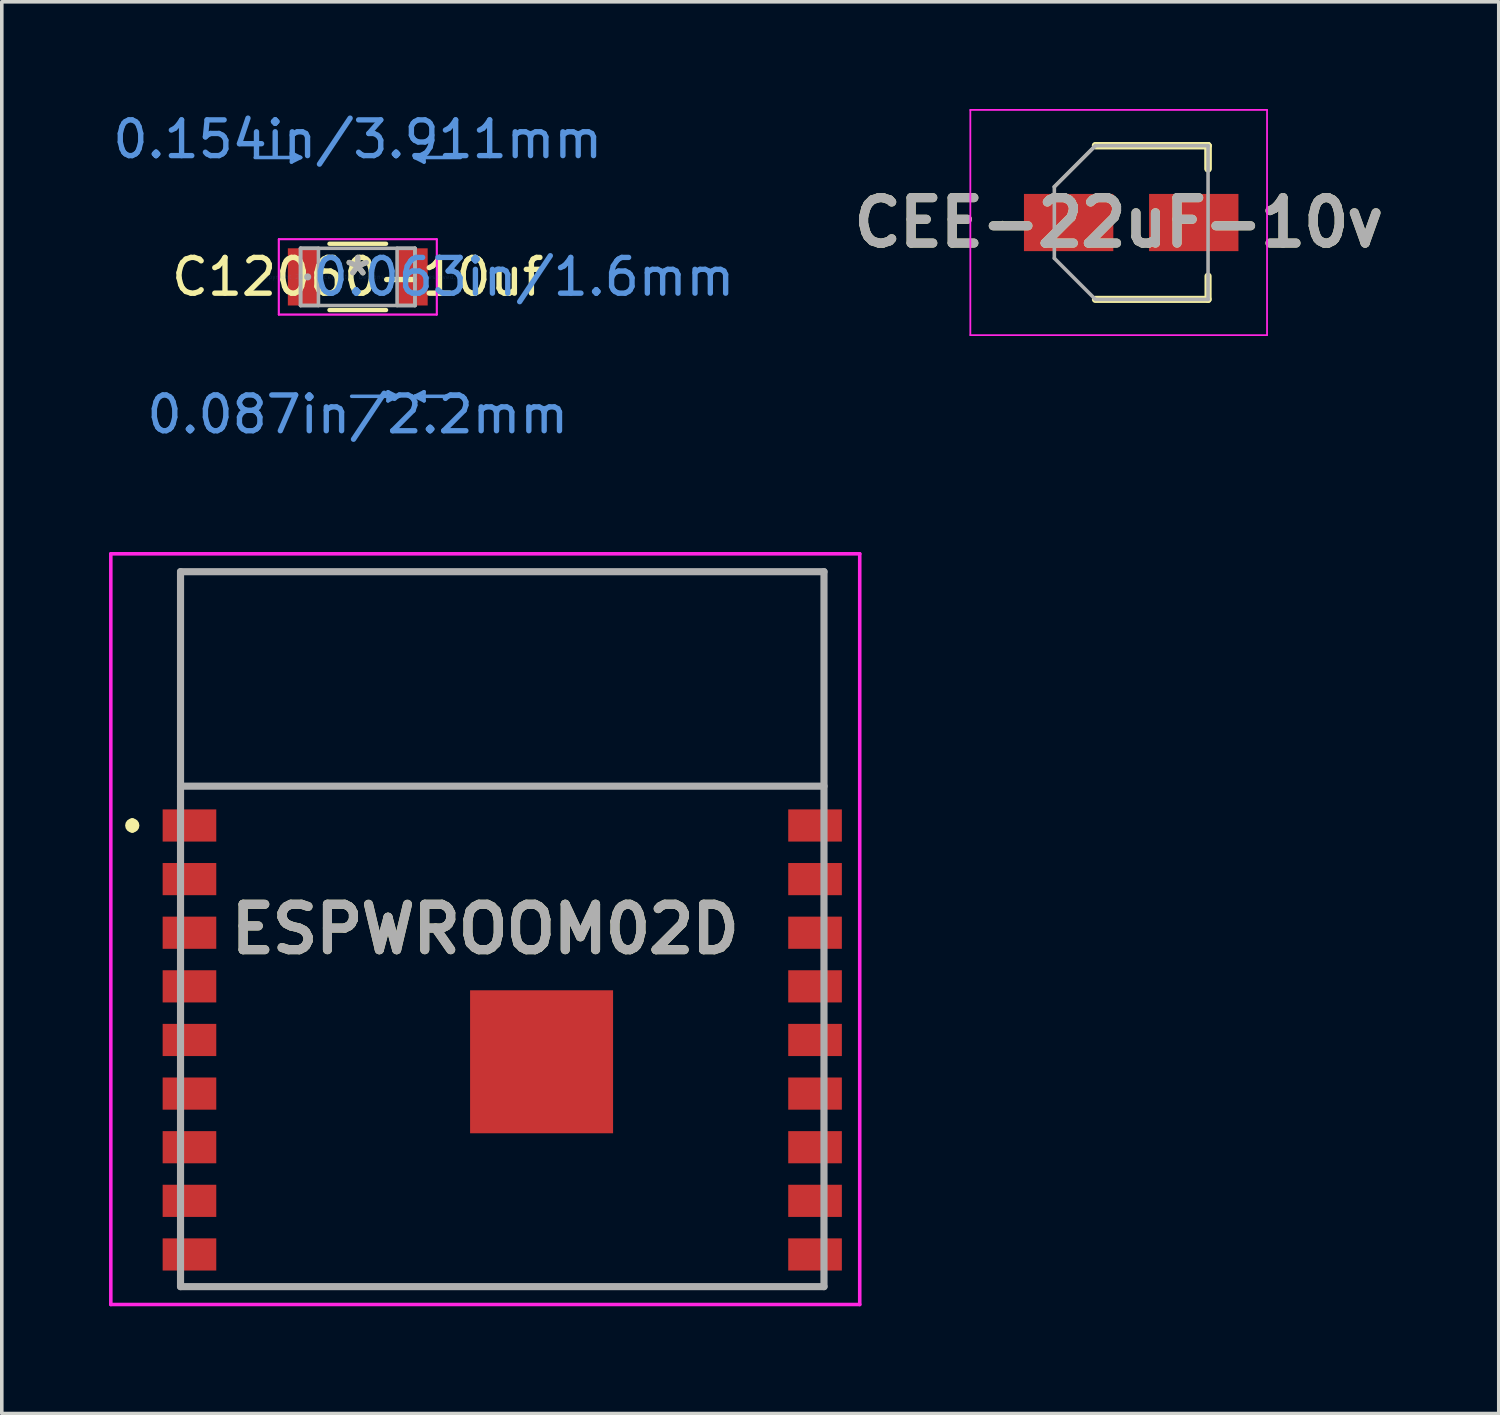
<source format=kicad_pcb>
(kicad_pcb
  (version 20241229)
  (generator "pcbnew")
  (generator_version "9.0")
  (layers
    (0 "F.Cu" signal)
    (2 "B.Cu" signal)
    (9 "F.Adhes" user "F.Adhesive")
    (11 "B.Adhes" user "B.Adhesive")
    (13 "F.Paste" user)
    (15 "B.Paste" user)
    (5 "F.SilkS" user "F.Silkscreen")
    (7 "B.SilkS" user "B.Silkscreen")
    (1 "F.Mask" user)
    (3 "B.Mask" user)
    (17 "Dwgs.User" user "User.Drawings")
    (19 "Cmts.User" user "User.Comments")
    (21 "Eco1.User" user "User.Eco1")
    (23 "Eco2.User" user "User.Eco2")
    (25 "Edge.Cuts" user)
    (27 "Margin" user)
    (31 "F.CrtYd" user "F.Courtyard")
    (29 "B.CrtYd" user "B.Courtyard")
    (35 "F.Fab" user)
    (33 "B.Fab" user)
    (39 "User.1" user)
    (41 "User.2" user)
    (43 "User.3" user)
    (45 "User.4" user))
  (footprint "C12060-10uf"
    (layer "F.Cu")
    (at 6.958 4.696)
    (property "Reference" "C12060-10uf" (at 0 0 0) (layer "F.SilkS") (effects (font (size 1 1) (thickness 0.15))))
    (attr through_hole)
    (fp_line (start -0.792 0.927) (end 0.792 0.927) (stroke (width 0.12) (type solid)) (layer "F.SilkS"))
    (fp_line (start 0.792 -0.927) (end -0.792 -0.927) (stroke (width 0.12) (type solid)) (layer "F.SilkS"))
    (fp_line (start -1.854 -3.467) (end -1.854 -3.213) (stroke (width 0.1) (type solid)) (layer "Cmts.User"))
    (fp_line (start -1.6 -3.34) (end -2.87 -3.34) (stroke (width 0.1) (type solid)) (layer "Cmts.User"))
    (fp_line (start -1.6 -3.34) (end -1.854 -3.467) (stroke (width 0.1) (type solid)) (layer "Cmts.User"))
    (fp_line (start -1.6 -3.34) (end -1.854 -3.213) (stroke (width 0.1) (type solid)) (layer "Cmts.User"))
    (fp_line (start 0.846 3.213) (end 0.846 3.467) (stroke (width 0.1) (type solid)) (layer "Cmts.User"))
    (fp_line (start 1.1 3.34) (end -0.17 3.34) (stroke (width 0.1) (type solid)) (layer "Cmts.User"))
    (fp_line (start 1.1 3.34) (end 0.846 3.213) (stroke (width 0.1) (type solid)) (layer "Cmts.User"))
    (fp_line (start 1.1 3.34) (end 0.846 3.467) (stroke (width 0.1) (type solid)) (layer "Cmts.User"))
    (fp_line (start 1.6 -3.34) (end 1.854 -3.467) (stroke (width 0.1) (type solid)) (layer "Cmts.User"))
    (fp_line (start 1.6 -3.34) (end 1.854 -3.213) (stroke (width 0.1) (type solid)) (layer "Cmts.User"))
    (fp_line (start 1.6 -3.34) (end 2.87 -3.34) (stroke (width 0.1) (type solid)) (layer "Cmts.User"))
    (fp_line (start 1.6 3.34) (end 1.854 3.213) (stroke (width 0.1) (type solid)) (layer "Cmts.User"))
    (fp_line (start 1.6 3.34) (end 1.854 3.467) (stroke (width 0.1) (type solid)) (layer "Cmts.User"))
    (fp_line (start 1.6 3.34) (end 2.87 3.34) (stroke (width 0.1) (type solid)) (layer "Cmts.User"))
    (fp_line (start 1.854 -3.467) (end 1.854 -3.213) (stroke (width 0.1) (type solid)) (layer "Cmts.User"))
    (fp_line (start 1.854 3.213) (end 1.854 3.467) (stroke (width 0.1) (type solid)) (layer "Cmts.User"))
    (fp_line (start -2.21 -1.054) (end 2.21 -1.054) (stroke (width 0.05) (type solid)) (layer "F.CrtYd"))
    (fp_line (start -2.21 -1.054) (end 2.21 -1.054) (stroke (width 0.05) (type solid)) (layer "F.CrtYd"))
    (fp_line (start -2.21 1.054) (end -2.21 -1.054) (stroke (width 0.05) (type solid)) (layer "F.CrtYd"))
    (fp_line (start -2.21 1.054) (end -2.21 -1.054) (stroke (width 0.05) (type solid)) (layer "F.CrtYd"))
    (fp_line (start 2.21 -1.054) (end 2.21 1.054) (stroke (width 0.05) (type solid)) (layer "F.CrtYd"))
    (fp_line (start 2.21 -1.054) (end 2.21 1.054) (stroke (width 0.05) (type solid)) (layer "F.CrtYd"))
    (fp_line (start 2.21 1.054) (end -2.21 1.054) (stroke (width 0.05) (type solid)) (layer "F.CrtYd"))
    (fp_line (start 2.21 1.054) (end -2.21 1.054) (stroke (width 0.05) (type solid)) (layer "F.CrtYd"))
    (fp_line (start -1.6 -0.8) (end -1.6 0.8) (stroke (width 0.1) (type solid)) (layer "F.Fab"))
    (fp_line (start -1.6 -0.8) (end -1.6 0.8) (stroke (width 0.1) (type solid)) (layer "F.Fab"))
    (fp_line (start -1.6 0.8) (end -1.1 0.8) (stroke (width 0.1) (type solid)) (layer "F.Fab"))
    (fp_line (start -1.6 0.8) (end 1.6 0.8) (stroke (width 0.1) (type solid)) (layer "F.Fab"))
    (fp_line (start -1.1 -0.8) (end -1.6 -0.8) (stroke (width 0.1) (type solid)) (layer "F.Fab"))
    (fp_line (start -1.1 0.8) (end -1.1 -0.8) (stroke (width 0.1) (type solid)) (layer "F.Fab"))
    (fp_line (start 1.1 -0.8) (end 1.1 0.8) (stroke (width 0.1) (type solid)) (layer "F.Fab"))
    (fp_line (start 1.1 0.8) (end 1.6 0.8) (stroke (width 0.1) (type solid)) (layer "F.Fab"))
    (fp_line (start 1.6 -0.8) (end -1.6 -0.8) (stroke (width 0.1) (type solid)) (layer "F.Fab"))
    (fp_line (start 1.6 -0.8) (end 1.1 -0.8) (stroke (width 0.1) (type solid)) (layer "F.Fab"))
    (fp_line (start 1.6 0.8) (end 1.6 -0.8) (stroke (width 0.1) (type solid)) (layer "F.Fab"))
    (fp_line (start 1.6 0.8) (end 1.6 -0.8) (stroke (width 0.1) (type solid)) (layer "F.Fab"))
    (fp_circle (center -1.401 0) (end -1.401 0) (stroke (width 0.1) (type solid)) (fill no) (layer "F.Fab"))
    (fp_text user "*" (at 0 0 0) (layer "F.SilkS") (effects (font (size 1 1) (thickness 0.15))))
    (fp_text user "0.087in/2.2mm" (at 0 3.848 0) (layer "Cmts.User") (effects (font (size 1 1) (thickness 0.15))))
    (fp_text user "0.154in/3.911mm" (at 0 -3.848 0) (layer "Cmts.User") (effects (font (size 1 1) (thickness 0.15))))
    (fp_text user "Copyright 2021 Accelerated Designs. All rights reserved." (at 0 0 0) (layer "Cmts.User") (effects (font (size 0.127 0.127) (thickness 0.002))))
    (fp_text user "0.063in/1.6mm" (at 4.648 0 0) (layer "Cmts.User") (effects (font (size 1 1) (thickness 0.15))))
    (fp_text user "*" (at 0 0 0) (layer "F.Fab") (effects (font (size 1 1) (thickness 0.15))))
    (pad "1" smd rect (at -1.528 0) (size 0.856 1.6) (layers "F.Cu" "F.Mask" "F.Paste"))
    (pad "2" smd rect (at 1.528 0) (size 0.856 1.6) (layers "F.Cu" "F.Mask" "F.Paste")))
  (footprint "ESPWROOM02D"
    (layer "F.Cu")
    (at 10.275 22.942)
    (property "Reference" "ESPWROOM02D" (at 0.25 0 0) (layer "F.SilkS") (effects (font (size 1.27 1.27) (thickness 0.254))))
    (attr smd)
    (fp_line (start -9.625 -3) (end -9.625 -3) (stroke (width 0.2) (type solid)) (layer "F.SilkS"))
    (fp_line (start -9.625 -2.8) (end -9.625 -2.8) (stroke (width 0.2) (type solid)) (layer "F.SilkS"))
    (fp_line (start -8.275 -10) (end 9.725 -10) (stroke (width 0.1) (type solid)) (layer "F.SilkS"))
    (fp_line (start -8.275 -4) (end -8.275 -10) (stroke (width 0.1) (type solid)) (layer "F.SilkS"))
    (fp_line (start -8.275 10) (end 9.725 10) (stroke (width 0.1) (type solid)) (layer "F.SilkS"))
    (fp_line (start 9.725 -10) (end 9.725 -4) (stroke (width 0.1) (type solid)) (layer "F.SilkS"))
    (fp_arc (start -9.625 -3) (mid -9.525 -2.9) (end -9.625 -2.8) (stroke (width 0.2) (type solid)) (layer "F.SilkS"))
    (fp_arc (start -9.625 -2.8) (mid -9.725 -2.9) (end -9.625 -3) (stroke (width 0.2) (type solid)) (layer "F.SilkS"))
    (fp_line (start -10.225 -10.5) (end 10.725 -10.5) (stroke (width 0.1) (type solid)) (layer "F.CrtYd"))
    (fp_line (start -10.225 10.5) (end -10.225 -10.5) (stroke (width 0.1) (type solid)) (layer "F.CrtYd"))
    (fp_line (start 10.725 -10.5) (end 10.725 10.5) (stroke (width 0.1) (type solid)) (layer "F.CrtYd"))
    (fp_line (start 10.725 10.5) (end -10.225 10.5) (stroke (width 0.1) (type solid)) (layer "F.CrtYd"))
    (fp_line (start -8.275 -10) (end 9.725 -10) (stroke (width 0.2) (type solid)) (layer "F.Fab"))
    (fp_line (start -8.275 -4) (end 9.725 -4) (stroke (width 0.2) (type solid)) (layer "F.Fab"))
    (fp_line (start -8.275 10) (end -8.275 -10) (stroke (width 0.2) (type solid)) (layer "F.Fab"))
    (fp_line (start 9.725 -10) (end 9.725 10) (stroke (width 0.2) (type solid)) (layer "F.Fab"))
    (fp_line (start 9.725 10) (end -8.275 10) (stroke (width 0.2) (type solid)) (layer "F.Fab"))
    (fp_text user "${REFERENCE}" (at 0.25 0 0) (layer "F.Fab") (effects (font (size 1.27 1.27) (thickness 0.254))))
    (pad "1" smd rect (at -8.025 -2.9 90) (size 0.9 1.5) (layers "F.Cu" "F.Mask" "F.Paste"))
    (pad "2" smd rect (at -8.025 -1.4 90) (size 0.9 1.5) (layers "F.Cu" "F.Mask" "F.Paste"))
    (pad "3" smd rect (at -8.025 0.1 90) (size 0.9 1.5) (layers "F.Cu" "F.Mask" "F.Paste"))
    (pad "4" smd rect (at -8.025 1.6 90) (size 0.9 1.5) (layers "F.Cu" "F.Mask" "F.Paste"))
    (pad "5" smd rect (at -8.025 3.1 90) (size 0.9 1.5) (layers "F.Cu" "F.Mask" "F.Paste"))
    (pad "6" smd rect (at -8.025 4.6 90) (size 0.9 1.5) (layers "F.Cu" "F.Mask" "F.Paste"))
    (pad "7" smd rect (at -8.025 6.1 90) (size 0.9 1.5) (layers "F.Cu" "F.Mask" "F.Paste"))
    (pad "8" smd rect (at -8.025 7.6 90) (size 0.9 1.5) (layers "F.Cu" "F.Mask" "F.Paste"))
    (pad "9" smd rect (at -8.025 9.1 90) (size 0.9 1.5) (layers "F.Cu" "F.Mask" "F.Paste"))
    (pad "10" smd rect (at 9.475 9.1 90) (size 0.9 1.5) (layers "F.Cu" "F.Mask" "F.Paste"))
    (pad "11" smd rect (at 9.475 7.6 90) (size 0.9 1.5) (layers "F.Cu" "F.Mask" "F.Paste"))
    (pad "12" smd rect (at 9.475 6.1 90) (size 0.9 1.5) (layers "F.Cu" "F.Mask" "F.Paste"))
    (pad "13" smd rect (at 9.475 4.6 90) (size 0.9 1.5) (layers "F.Cu" "F.Mask" "F.Paste"))
    (pad "14" smd rect (at 9.475 3.1 90) (size 0.9 1.5) (layers "F.Cu" "F.Mask" "F.Paste"))
    (pad "15" smd rect (at 9.475 1.6 90) (size 0.9 1.5) (layers "F.Cu" "F.Mask" "F.Paste"))
    (pad "16" smd rect (at 9.475 0.1 90) (size 0.9 1.5) (layers "F.Cu" "F.Mask" "F.Paste"))
    (pad "17" smd rect (at 9.475 -1.4 90) (size 0.9 1.5) (layers "F.Cu" "F.Mask" "F.Paste"))
    (pad "18" smd rect (at 9.475 -2.9 90) (size 0.9 1.5) (layers "F.Cu" "F.Mask" "F.Paste"))
    (pad "19" smd rect (at 1.825 3.71) (size 4 4) (layers "F.Cu" "F.Mask" "F.Paste")))
  (footprint "CEE-22uF-10v"
    (layer "F.Cu")
    (at 28.594 3.175)
    (property "Reference" "CEE-22uF-10v" (at -0.35 0 0) (layer "F.SilkS") (effects (font (size 1.27 1.27) (thickness 0.254))))
    (attr smd)
    (fp_line (start -3.625 0) (end -3.625 0) (stroke (width 0.05) (type solid)) (layer "F.SilkS"))
    (fp_line (start -3.575 0) (end -3.575 0) (stroke (width 0.05) (type solid)) (layer "F.SilkS"))
    (fp_line (start -1 -2.15) (end 2.15 -2.15) (stroke (width 0.2) (type solid)) (layer "F.SilkS"))
    (fp_line (start -1 2.15) (end 2.15 2.15) (stroke (width 0.2) (type solid)) (layer "F.SilkS"))
    (fp_line (start 2.15 -2.15) (end -1 -2.15) (stroke (width 0.2) (type solid)) (layer "F.SilkS"))
    (fp_line (start 2.15 -2.15) (end 2.15 -1.5) (stroke (width 0.2) (type solid)) (layer "F.SilkS"))
    (fp_line (start 2.15 -1.5) (end 2.15 -2.15) (stroke (width 0.2) (type solid)) (layer "F.SilkS"))
    (fp_line (start 2.15 2.15) (end 2.15 1.5) (stroke (width 0.2) (type solid)) (layer "F.SilkS"))
    (fp_arc (start -3.625 0) (mid -3.6 -0.025) (end -3.575 0) (stroke (width 0.05) (type solid)) (layer "F.SilkS"))
    (fp_arc (start -3.575 0) (mid -3.6 0.025) (end -3.625 0) (stroke (width 0.05) (type solid)) (layer "F.SilkS"))
    (fp_line (start -4.5 -3.15) (end 3.8 -3.15) (stroke (width 0.05) (type solid)) (layer "F.CrtYd"))
    (fp_line (start -4.5 3.15) (end -4.5 -3.15) (stroke (width 0.05) (type solid)) (layer "F.CrtYd"))
    (fp_line (start 3.8 -3.15) (end 3.8 3.15) (stroke (width 0.05) (type solid)) (layer "F.CrtYd"))
    (fp_line (start 3.8 3.15) (end -4.5 3.15) (stroke (width 0.05) (type solid)) (layer "F.CrtYd"))
    (fp_line (start -2.15 -1) (end -1 -2.15) (stroke (width 0.1) (type solid)) (layer "F.Fab"))
    (fp_line (start -2.15 -1) (end -1 -2.15) (stroke (width 0.1) (type solid)) (layer "F.Fab"))
    (fp_line (start -2.15 1) (end -2.15 -1) (stroke (width 0.1) (type solid)) (layer "F.Fab"))
    (fp_line (start -1 -2.15) (end 2.15 -2.15) (stroke (width 0.1) (type solid)) (layer "F.Fab"))
    (fp_line (start -1 2.15) (end -2.15 1) (stroke (width 0.1) (type solid)) (layer "F.Fab"))
    (fp_line (start 2.15 -2.15) (end 2.15 2.15) (stroke (width 0.1) (type solid)) (layer "F.Fab"))
    (fp_line (start 2.15 2.15) (end -1 2.15) (stroke (width 0.1) (type solid)) (layer "F.Fab"))
    (fp_text user "${REFERENCE}" (at -0.35 0 0) (layer "F.Fab") (effects (font (size 1.27 1.27) (thickness 0.254))))
    (pad "1" smd rect (at -1.75 0 90) (size 1.6 2.5) (layers "F.Cu" "F.Mask" "F.Paste"))
    (pad "2" smd rect (at 1.75 0 90) (size 1.6 2.5) (layers "F.Cu" "F.Mask" "F.Paste")))
  (gr_rect
    (start -3 -3)
    (end 38.876 36.492)
    (stroke (width 0.1) (type default))
    (fill no)
    (layer "Edge.Cuts")))
</source>
